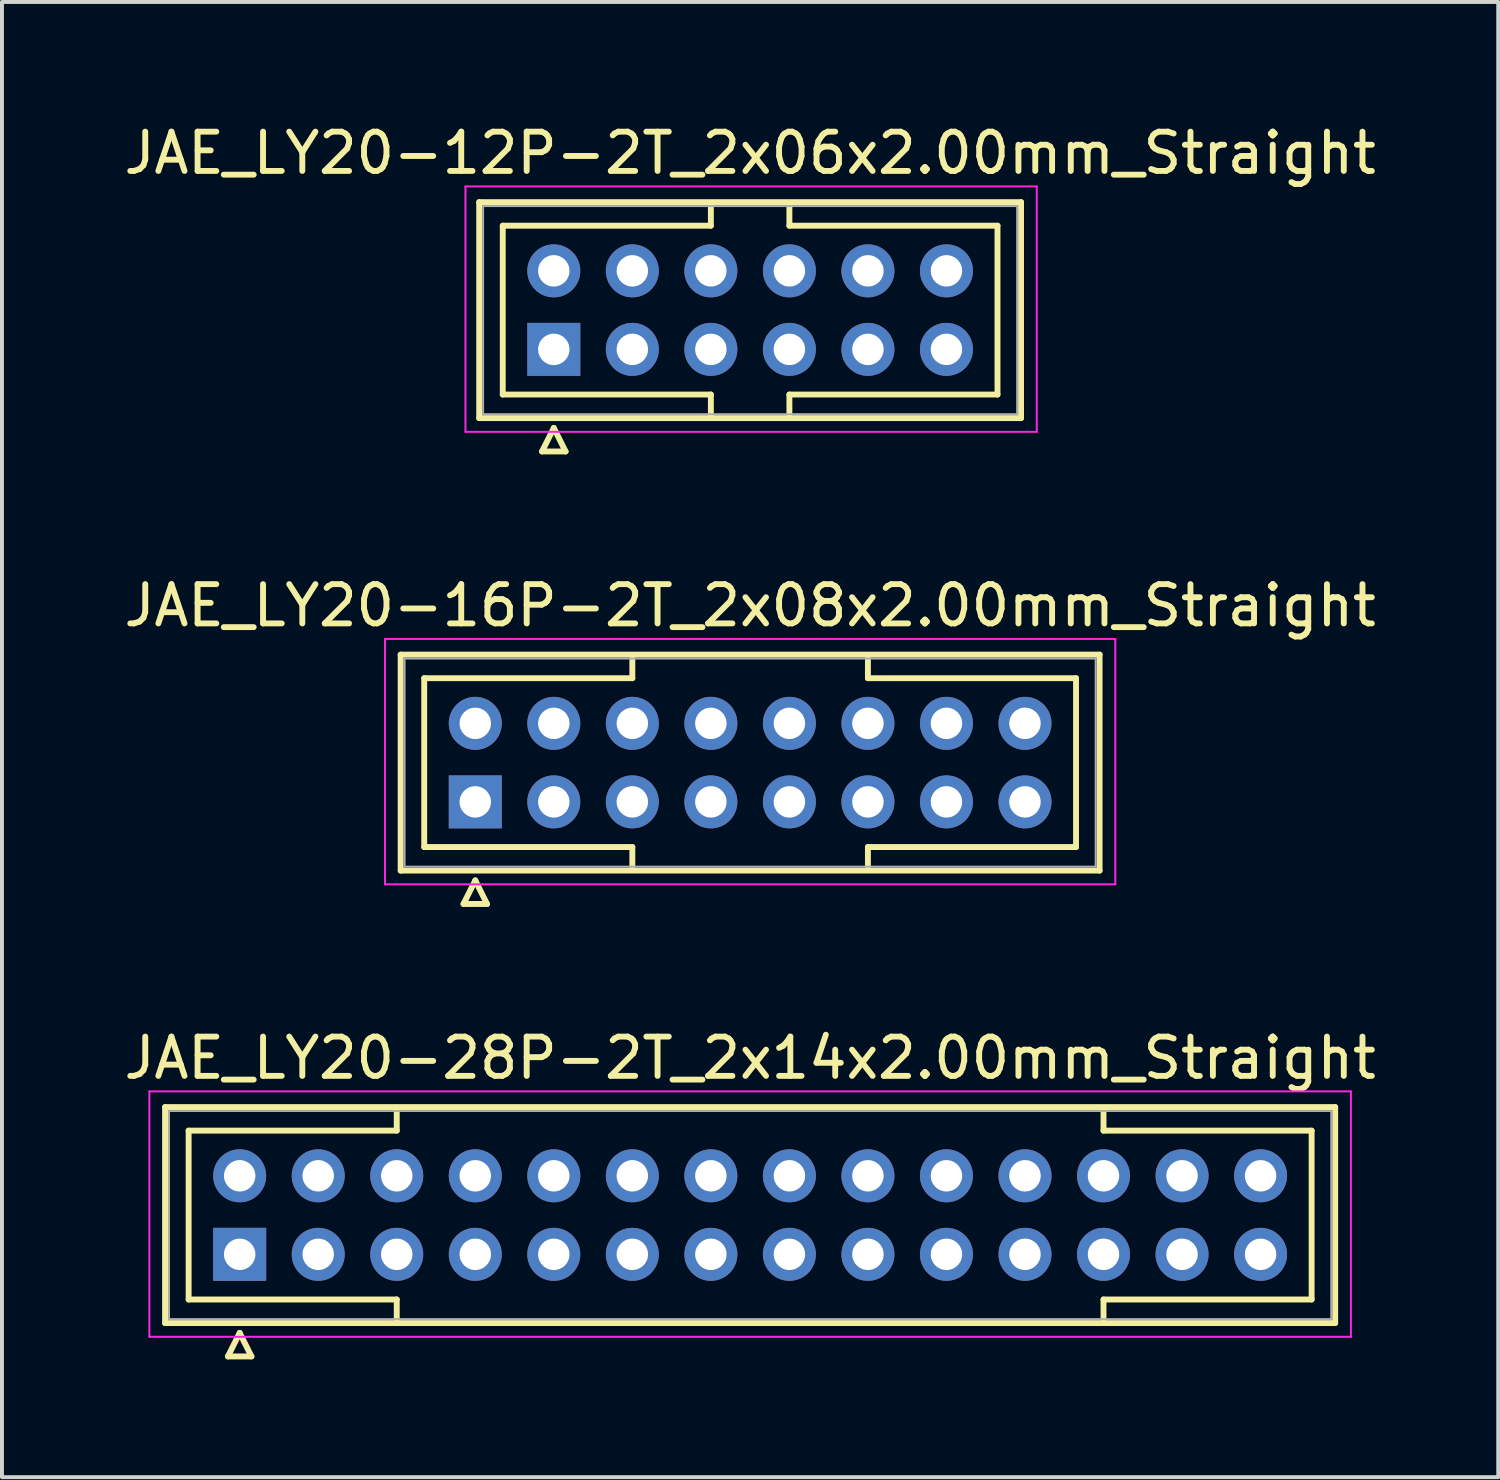
<source format=kicad_pcb>
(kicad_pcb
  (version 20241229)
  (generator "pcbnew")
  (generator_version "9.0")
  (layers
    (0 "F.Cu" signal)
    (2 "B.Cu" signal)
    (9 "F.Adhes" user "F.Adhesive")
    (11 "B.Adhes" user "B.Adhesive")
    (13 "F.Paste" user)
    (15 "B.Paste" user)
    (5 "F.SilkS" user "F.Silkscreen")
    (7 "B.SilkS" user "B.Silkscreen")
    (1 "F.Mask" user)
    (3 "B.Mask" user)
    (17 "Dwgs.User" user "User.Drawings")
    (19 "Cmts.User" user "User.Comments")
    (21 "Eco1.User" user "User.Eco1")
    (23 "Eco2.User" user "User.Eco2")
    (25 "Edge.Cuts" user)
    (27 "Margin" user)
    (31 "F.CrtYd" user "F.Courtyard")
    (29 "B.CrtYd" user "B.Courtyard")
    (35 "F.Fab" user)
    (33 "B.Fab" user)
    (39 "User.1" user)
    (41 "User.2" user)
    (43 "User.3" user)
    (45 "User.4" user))
  (footprint "JAE_LY20-28P-2T_2x14x2.00mm_Straight"
    (layer "F.Cu")
    (at 3.054 28.895)
    (property "Reference" "JAE_LY20-28P-2T_2x14x2.00mm_Straight" (at 13 -5 0) (layer "F.SilkS") (effects (font (size 1 1) (thickness 0.15))))
    (attr through_hole)
    (fp_line (start -1.9 -3.75) (end -1.9 1.75) (stroke (width 0.15) (type solid)) (layer "F.SilkS"))
    (fp_line (start -1.9 1.75) (end 27.9 1.75) (stroke (width 0.15) (type solid)) (layer "F.SilkS"))
    (fp_line (start -1.3 -3.15) (end 4 -3.15) (stroke (width 0.15) (type solid)) (layer "F.SilkS"))
    (fp_line (start -1.3 1.15) (end -1.3 -3.15) (stroke (width 0.15) (type solid)) (layer "F.SilkS"))
    (fp_line (start -0.3 2.6) (end 0.3 2.6) (stroke (width 0.15) (type solid)) (layer "F.SilkS"))
    (fp_line (start 0 2) (end -0.3 2.6) (stroke (width 0.15) (type solid)) (layer "F.SilkS"))
    (fp_line (start 0.3 2.6) (end 0 2) (stroke (width 0.15) (type solid)) (layer "F.SilkS"))
    (fp_line (start 4 -3.15) (end 4 -3.65) (stroke (width 0.15) (type solid)) (layer "F.SilkS"))
    (fp_line (start 4 1.15) (end -1.3 1.15) (stroke (width 0.15) (type solid)) (layer "F.SilkS"))
    (fp_line (start 4 1.65) (end 4 1.15) (stroke (width 0.15) (type solid)) (layer "F.SilkS"))
    (fp_line (start 22 -3.15) (end 22 -3.65) (stroke (width 0.15) (type solid)) (layer "F.SilkS"))
    (fp_line (start 22 1.15) (end 27.3 1.15) (stroke (width 0.15) (type solid)) (layer "F.SilkS"))
    (fp_line (start 22 1.65) (end 22 1.15) (stroke (width 0.15) (type solid)) (layer "F.SilkS"))
    (fp_line (start 27.3 -3.15) (end 22 -3.15) (stroke (width 0.15) (type solid)) (layer "F.SilkS"))
    (fp_line (start 27.3 1.15) (end 27.3 -3.15) (stroke (width 0.15) (type solid)) (layer "F.SilkS"))
    (fp_line (start 27.9 -3.75) (end -1.9 -3.75) (stroke (width 0.15) (type solid)) (layer "F.SilkS"))
    (fp_line (start 27.9 1.75) (end 27.9 -3.75) (stroke (width 0.15) (type solid)) (layer "F.SilkS"))
    (fp_line (start -2.3 -4.15) (end -2.3 2.1) (stroke (width 0.05) (type solid)) (layer "F.CrtYd"))
    (fp_line (start -2.3 2.1) (end 28.3 2.1) (stroke (width 0.05) (type solid)) (layer "F.CrtYd"))
    (fp_line (start 28.3 -4.15) (end -2.3 -4.15) (stroke (width 0.05) (type solid)) (layer "F.CrtYd"))
    (fp_line (start 28.3 2.1) (end 28.3 -4.15) (stroke (width 0.05) (type solid)) (layer "F.CrtYd"))
    (fp_line (start -1.8 -3.65) (end -1.8 1.65) (stroke (width 0.05) (type solid)) (layer "F.Fab"))
    (fp_line (start -1.8 1.65) (end 27.8 1.65) (stroke (width 0.05) (type solid)) (layer "F.Fab"))
    (fp_line (start 27.8 -3.65) (end -1.8 -3.65) (stroke (width 0.05) (type solid)) (layer "F.Fab"))
    (fp_line (start 27.8 1.65) (end 27.8 -3.65) (stroke (width 0.05) (type solid)) (layer "F.Fab"))
    (pad "1" thru_hole rect (at 0 0) (size 1.35 1.35) (drill 0.8) (layers "*.Cu" "*.Mask"))
    (pad "2" thru_hole circle (at 2 0) (size 1.35 1.35) (drill 0.8) (layers "*.Cu" "*.Mask"))
    (pad "3" thru_hole circle (at 4 0) (size 1.35 1.35) (drill 0.8) (layers "*.Cu" "*.Mask"))
    (pad "4" thru_hole circle (at 6 0) (size 1.35 1.35) (drill 0.8) (layers "*.Cu" "*.Mask"))
    (pad "5" thru_hole circle (at 8 0) (size 1.35 1.35) (drill 0.8) (layers "*.Cu" "*.Mask"))
    (pad "6" thru_hole circle (at 10 0) (size 1.35 1.35) (drill 0.8) (layers "*.Cu" "*.Mask"))
    (pad "7" thru_hole circle (at 12 0) (size 1.35 1.35) (drill 0.8) (layers "*.Cu" "*.Mask"))
    (pad "8" thru_hole circle (at 14 0) (size 1.35 1.35) (drill 0.8) (layers "*.Cu" "*.Mask"))
    (pad "9" thru_hole circle (at 16 0) (size 1.35 1.35) (drill 0.8) (layers "*.Cu" "*.Mask"))
    (pad "10" thru_hole circle (at 18 0) (size 1.35 1.35) (drill 0.8) (layers "*.Cu" "*.Mask"))
    (pad "11" thru_hole circle (at 20 0) (size 1.35 1.35) (drill 0.8) (layers "*.Cu" "*.Mask"))
    (pad "12" thru_hole circle (at 22 0) (size 1.35 1.35) (drill 0.8) (layers "*.Cu" "*.Mask"))
    (pad "13" thru_hole circle (at 24 0) (size 1.35 1.35) (drill 0.8) (layers "*.Cu" "*.Mask"))
    (pad "14" thru_hole circle (at 26 0) (size 1.35 1.35) (drill 0.8) (layers "*.Cu" "*.Mask"))
    (pad "15" thru_hole circle (at 0 -2) (size 1.35 1.35) (drill 0.8) (layers "*.Cu" "*.Mask"))
    (pad "16" thru_hole circle (at 2 -2) (size 1.35 1.35) (drill 0.8) (layers "*.Cu" "*.Mask"))
    (pad "17" thru_hole circle (at 4 -2) (size 1.35 1.35) (drill 0.8) (layers "*.Cu" "*.Mask"))
    (pad "18" thru_hole circle (at 6 -2) (size 1.35 1.35) (drill 0.8) (layers "*.Cu" "*.Mask"))
    (pad "19" thru_hole circle (at 8 -2) (size 1.35 1.35) (drill 0.8) (layers "*.Cu" "*.Mask"))
    (pad "20" thru_hole circle (at 10 -2) (size 1.35 1.35) (drill 0.8) (layers "*.Cu" "*.Mask"))
    (pad "21" thru_hole circle (at 12 -2) (size 1.35 1.35) (drill 0.8) (layers "*.Cu" "*.Mask"))
    (pad "22" thru_hole circle (at 14 -2) (size 1.35 1.35) (drill 0.8) (layers "*.Cu" "*.Mask"))
    (pad "23" thru_hole circle (at 16 -2) (size 1.35 1.35) (drill 0.8) (layers "*.Cu" "*.Mask"))
    (pad "24" thru_hole circle (at 18 -2) (size 1.35 1.35) (drill 0.8) (layers "*.Cu" "*.Mask"))
    (pad "25" thru_hole circle (at 20 -2) (size 1.35 1.35) (drill 0.8) (layers "*.Cu" "*.Mask"))
    (pad "26" thru_hole circle (at 22 -2) (size 1.35 1.35) (drill 0.8) (layers "*.Cu" "*.Mask"))
    (pad "27" thru_hole circle (at 24 -2) (size 1.35 1.35) (drill 0.8) (layers "*.Cu" "*.Mask"))
    (pad "28" thru_hole circle (at 26 -2) (size 1.35 1.35) (drill 0.8) (layers "*.Cu" "*.Mask")))
  (footprint "JAE_LY20-16P-2T_2x08x2.00mm_Straight"
    (layer "F.Cu")
    (at 9.054 17.372)
    (property "Reference" "JAE_LY20-16P-2T_2x08x2.00mm_Straight" (at 7 -5 0) (layer "F.SilkS") (effects (font (size 1 1) (thickness 0.15))))
    (attr through_hole)
    (fp_line (start -1.9 -3.75) (end -1.9 1.75) (stroke (width 0.15) (type solid)) (layer "F.SilkS"))
    (fp_line (start -1.9 1.75) (end 15.9 1.75) (stroke (width 0.15) (type solid)) (layer "F.SilkS"))
    (fp_line (start -1.3 -3.15) (end 4 -3.15) (stroke (width 0.15) (type solid)) (layer "F.SilkS"))
    (fp_line (start -1.3 1.15) (end -1.3 -3.15) (stroke (width 0.15) (type solid)) (layer "F.SilkS"))
    (fp_line (start -0.3 2.6) (end 0.3 2.6) (stroke (width 0.15) (type solid)) (layer "F.SilkS"))
    (fp_line (start 0 2) (end -0.3 2.6) (stroke (width 0.15) (type solid)) (layer "F.SilkS"))
    (fp_line (start 0.3 2.6) (end 0 2) (stroke (width 0.15) (type solid)) (layer "F.SilkS"))
    (fp_line (start 4 -3.15) (end 4 -3.65) (stroke (width 0.15) (type solid)) (layer "F.SilkS"))
    (fp_line (start 4 1.15) (end -1.3 1.15) (stroke (width 0.15) (type solid)) (layer "F.SilkS"))
    (fp_line (start 4 1.65) (end 4 1.15) (stroke (width 0.15) (type solid)) (layer "F.SilkS"))
    (fp_line (start 10 -3.15) (end 10 -3.65) (stroke (width 0.15) (type solid)) (layer "F.SilkS"))
    (fp_line (start 10 1.15) (end 15.3 1.15) (stroke (width 0.15) (type solid)) (layer "F.SilkS"))
    (fp_line (start 10 1.65) (end 10 1.15) (stroke (width 0.15) (type solid)) (layer "F.SilkS"))
    (fp_line (start 15.3 -3.15) (end 10 -3.15) (stroke (width 0.15) (type solid)) (layer "F.SilkS"))
    (fp_line (start 15.3 1.15) (end 15.3 -3.15) (stroke (width 0.15) (type solid)) (layer "F.SilkS"))
    (fp_line (start 15.9 -3.75) (end -1.9 -3.75) (stroke (width 0.15) (type solid)) (layer "F.SilkS"))
    (fp_line (start 15.9 1.75) (end 15.9 -3.75) (stroke (width 0.15) (type solid)) (layer "F.SilkS"))
    (fp_line (start -2.3 -4.15) (end -2.3 2.1) (stroke (width 0.05) (type solid)) (layer "F.CrtYd"))
    (fp_line (start -2.3 2.1) (end 16.3 2.1) (stroke (width 0.05) (type solid)) (layer "F.CrtYd"))
    (fp_line (start 16.3 -4.15) (end -2.3 -4.15) (stroke (width 0.05) (type solid)) (layer "F.CrtYd"))
    (fp_line (start 16.3 2.1) (end 16.3 -4.15) (stroke (width 0.05) (type solid)) (layer "F.CrtYd"))
    (fp_line (start -1.8 -3.65) (end -1.8 1.65) (stroke (width 0.05) (type solid)) (layer "F.Fab"))
    (fp_line (start -1.8 1.65) (end 15.8 1.65) (stroke (width 0.05) (type solid)) (layer "F.Fab"))
    (fp_line (start 15.8 -3.65) (end -1.8 -3.65) (stroke (width 0.05) (type solid)) (layer "F.Fab"))
    (fp_line (start 15.8 1.65) (end 15.8 -3.65) (stroke (width 0.05) (type solid)) (layer "F.Fab"))
    (pad "1" thru_hole rect (at 0 0) (size 1.35 1.35) (drill 0.8) (layers "*.Cu" "*.Mask"))
    (pad "2" thru_hole circle (at 2 0) (size 1.35 1.35) (drill 0.8) (layers "*.Cu" "*.Mask"))
    (pad "3" thru_hole circle (at 4 0) (size 1.35 1.35) (drill 0.8) (layers "*.Cu" "*.Mask"))
    (pad "4" thru_hole circle (at 6 0) (size 1.35 1.35) (drill 0.8) (layers "*.Cu" "*.Mask"))
    (pad "5" thru_hole circle (at 8 0) (size 1.35 1.35) (drill 0.8) (layers "*.Cu" "*.Mask"))
    (pad "6" thru_hole circle (at 10 0) (size 1.35 1.35) (drill 0.8) (layers "*.Cu" "*.Mask"))
    (pad "7" thru_hole circle (at 12 0) (size 1.35 1.35) (drill 0.8) (layers "*.Cu" "*.Mask"))
    (pad "8" thru_hole circle (at 14 0) (size 1.35 1.35) (drill 0.8) (layers "*.Cu" "*.Mask"))
    (pad "9" thru_hole circle (at 0 -2) (size 1.35 1.35) (drill 0.8) (layers "*.Cu" "*.Mask"))
    (pad "10" thru_hole circle (at 2 -2) (size 1.35 1.35) (drill 0.8) (layers "*.Cu" "*.Mask"))
    (pad "11" thru_hole circle (at 4 -2) (size 1.35 1.35) (drill 0.8) (layers "*.Cu" "*.Mask"))
    (pad "12" thru_hole circle (at 6 -2) (size 1.35 1.35) (drill 0.8) (layers "*.Cu" "*.Mask"))
    (pad "13" thru_hole circle (at 8 -2) (size 1.35 1.35) (drill 0.8) (layers "*.Cu" "*.Mask"))
    (pad "14" thru_hole circle (at 10 -2) (size 1.35 1.35) (drill 0.8) (layers "*.Cu" "*.Mask"))
    (pad "15" thru_hole circle (at 12 -2) (size 1.35 1.35) (drill 0.8) (layers "*.Cu" "*.Mask"))
    (pad "16" thru_hole circle (at 14 -2) (size 1.35 1.35) (drill 0.8) (layers "*.Cu" "*.Mask")))
  (footprint "JAE_LY20-12P-2T_2x06x2.00mm_Straight"
    (layer "F.Cu")
    (at 11.054 5.848)
    (property "Reference" "JAE_LY20-12P-2T_2x06x2.00mm_Straight" (at 5 -5 0) (layer "F.SilkS") (effects (font (size 1 1) (thickness 0.15))))
    (attr through_hole)
    (fp_line (start -1.9 -3.75) (end -1.9 1.75) (stroke (width 0.15) (type solid)) (layer "F.SilkS"))
    (fp_line (start -1.9 1.75) (end 11.9 1.75) (stroke (width 0.15) (type solid)) (layer "F.SilkS"))
    (fp_line (start -1.3 -3.15) (end 4 -3.15) (stroke (width 0.15) (type solid)) (layer "F.SilkS"))
    (fp_line (start -1.3 1.15) (end -1.3 -3.15) (stroke (width 0.15) (type solid)) (layer "F.SilkS"))
    (fp_line (start -0.3 2.6) (end 0.3 2.6) (stroke (width 0.15) (type solid)) (layer "F.SilkS"))
    (fp_line (start 0 2) (end -0.3 2.6) (stroke (width 0.15) (type solid)) (layer "F.SilkS"))
    (fp_line (start 0.3 2.6) (end 0 2) (stroke (width 0.15) (type solid)) (layer "F.SilkS"))
    (fp_line (start 4 -3.15) (end 4 -3.65) (stroke (width 0.15) (type solid)) (layer "F.SilkS"))
    (fp_line (start 4 1.15) (end -1.3 1.15) (stroke (width 0.15) (type solid)) (layer "F.SilkS"))
    (fp_line (start 4 1.65) (end 4 1.15) (stroke (width 0.15) (type solid)) (layer "F.SilkS"))
    (fp_line (start 6 -3.15) (end 6 -3.65) (stroke (width 0.15) (type solid)) (layer "F.SilkS"))
    (fp_line (start 6 1.15) (end 11.3 1.15) (stroke (width 0.15) (type solid)) (layer "F.SilkS"))
    (fp_line (start 6 1.65) (end 6 1.15) (stroke (width 0.15) (type solid)) (layer "F.SilkS"))
    (fp_line (start 11.3 -3.15) (end 6 -3.15) (stroke (width 0.15) (type solid)) (layer "F.SilkS"))
    (fp_line (start 11.3 1.15) (end 11.3 -3.15) (stroke (width 0.15) (type solid)) (layer "F.SilkS"))
    (fp_line (start 11.9 -3.75) (end -1.9 -3.75) (stroke (width 0.15) (type solid)) (layer "F.SilkS"))
    (fp_line (start 11.9 1.75) (end 11.9 -3.75) (stroke (width 0.15) (type solid)) (layer "F.SilkS"))
    (fp_line (start -2.25 -4.15) (end -2.25 2.1) (stroke (width 0.05) (type solid)) (layer "F.CrtYd"))
    (fp_line (start -2.25 2.1) (end 12.3 2.1) (stroke (width 0.05) (type solid)) (layer "F.CrtYd"))
    (fp_line (start 12.3 -4.15) (end -2.25 -4.15) (stroke (width 0.05) (type solid)) (layer "F.CrtYd"))
    (fp_line (start 12.3 2.1) (end 12.3 -4.15) (stroke (width 0.05) (type solid)) (layer "F.CrtYd"))
    (fp_line (start -1.8 -3.65) (end -1.8 1.65) (stroke (width 0.05) (type solid)) (layer "F.Fab"))
    (fp_line (start -1.8 1.65) (end 11.8 1.65) (stroke (width 0.05) (type solid)) (layer "F.Fab"))
    (fp_line (start 11.8 -3.65) (end -1.8 -3.65) (stroke (width 0.05) (type solid)) (layer "F.Fab"))
    (fp_line (start 11.8 1.65) (end 11.8 -3.65) (stroke (width 0.05) (type solid)) (layer "F.Fab"))
    (pad "1" thru_hole rect (at 0 0) (size 1.35 1.35) (drill 0.8) (layers "*.Cu" "*.Mask"))
    (pad "2" thru_hole circle (at 2 0) (size 1.35 1.35) (drill 0.8) (layers "*.Cu" "*.Mask"))
    (pad "3" thru_hole circle (at 4 0) (size 1.35 1.35) (drill 0.8) (layers "*.Cu" "*.Mask"))
    (pad "4" thru_hole circle (at 6 0) (size 1.35 1.35) (drill 0.8) (layers "*.Cu" "*.Mask"))
    (pad "5" thru_hole circle (at 8 0) (size 1.35 1.35) (drill 0.8) (layers "*.Cu" "*.Mask"))
    (pad "6" thru_hole circle (at 10 0) (size 1.35 1.35) (drill 0.8) (layers "*.Cu" "*.Mask"))
    (pad "7" thru_hole circle (at 0 -2) (size 1.35 1.35) (drill 0.8) (layers "*.Cu" "*.Mask"))
    (pad "8" thru_hole circle (at 2 -2) (size 1.35 1.35) (drill 0.8) (layers "*.Cu" "*.Mask"))
    (pad "9" thru_hole circle (at 4 -2) (size 1.35 1.35) (drill 0.8) (layers "*.Cu" "*.Mask"))
    (pad "10" thru_hole circle (at 6 -2) (size 1.35 1.35) (drill 0.8) (layers "*.Cu" "*.Mask"))
    (pad "11" thru_hole circle (at 8 -2) (size 1.35 1.35) (drill 0.8) (layers "*.Cu" "*.Mask"))
    (pad "12" thru_hole circle (at 10 -2) (size 1.35 1.35) (drill 0.8) (layers "*.Cu" "*.Mask")))
  (gr_rect
    (start -3 -3)
    (end 35.107 34.57)
    (stroke (width 0.1) (type default))
    (fill no)
    (layer "Edge.Cuts")))
</source>
